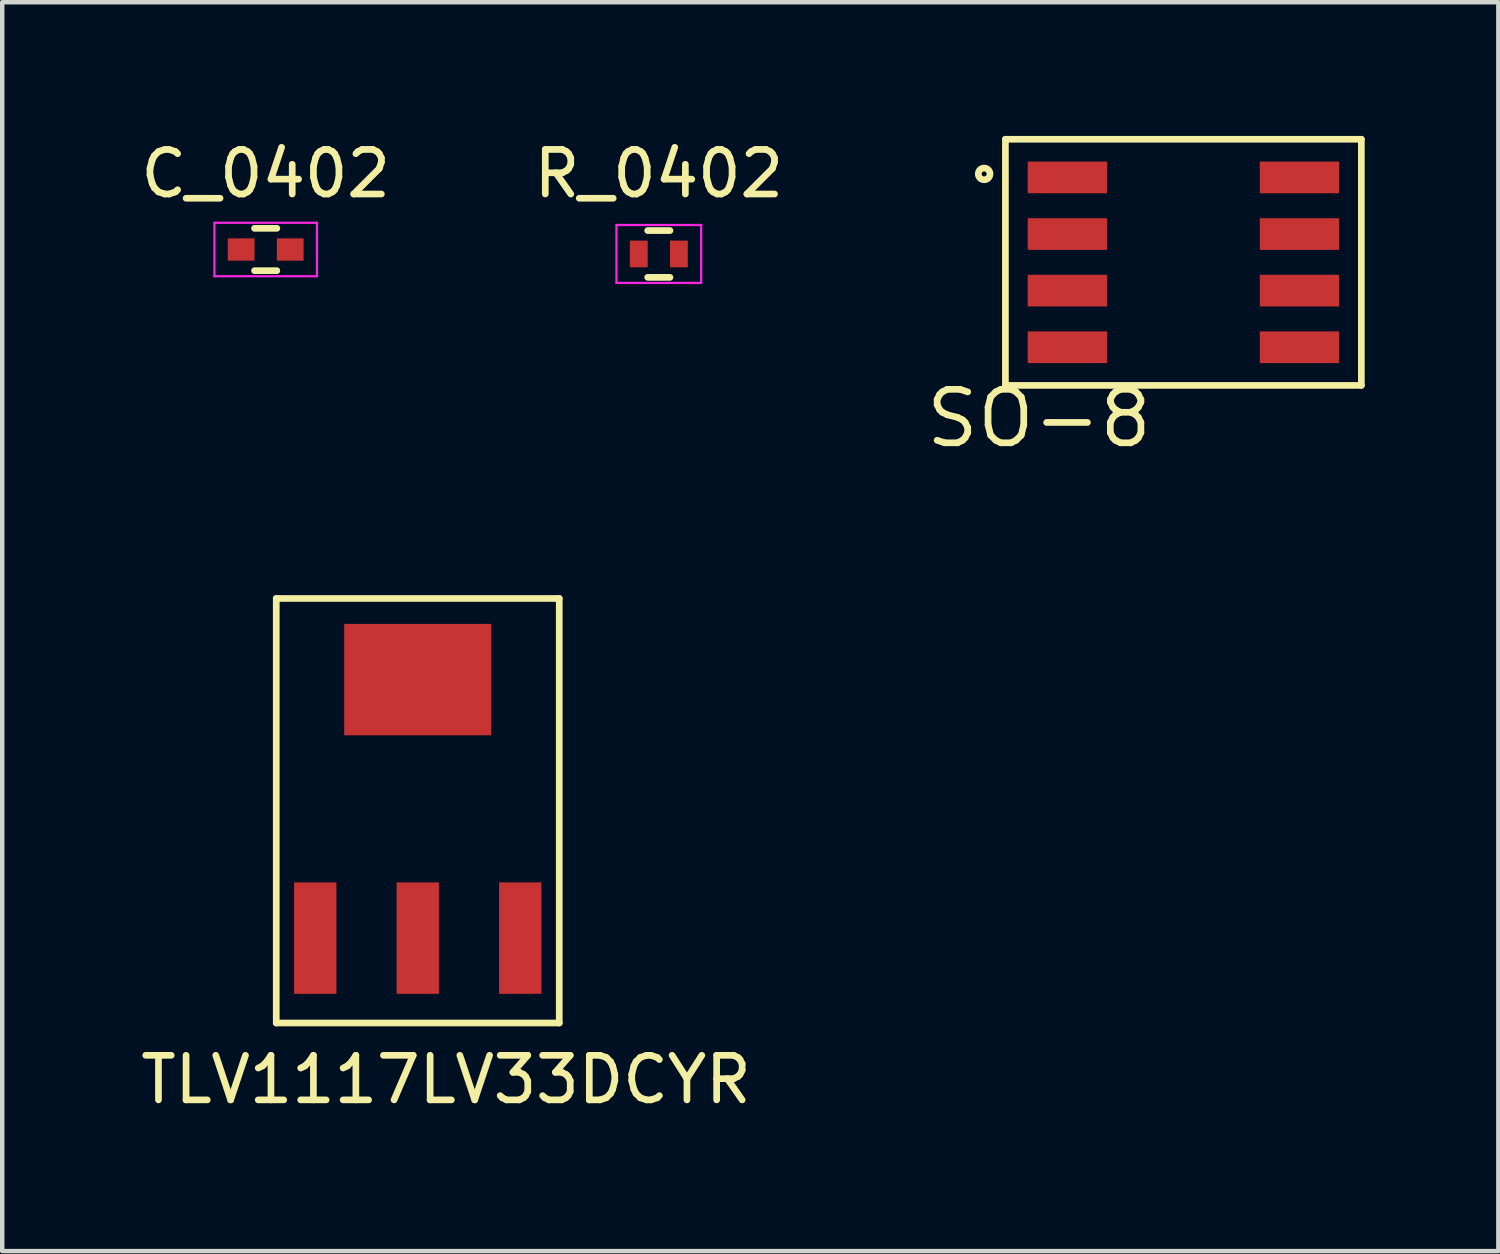
<source format=kicad_pcb>
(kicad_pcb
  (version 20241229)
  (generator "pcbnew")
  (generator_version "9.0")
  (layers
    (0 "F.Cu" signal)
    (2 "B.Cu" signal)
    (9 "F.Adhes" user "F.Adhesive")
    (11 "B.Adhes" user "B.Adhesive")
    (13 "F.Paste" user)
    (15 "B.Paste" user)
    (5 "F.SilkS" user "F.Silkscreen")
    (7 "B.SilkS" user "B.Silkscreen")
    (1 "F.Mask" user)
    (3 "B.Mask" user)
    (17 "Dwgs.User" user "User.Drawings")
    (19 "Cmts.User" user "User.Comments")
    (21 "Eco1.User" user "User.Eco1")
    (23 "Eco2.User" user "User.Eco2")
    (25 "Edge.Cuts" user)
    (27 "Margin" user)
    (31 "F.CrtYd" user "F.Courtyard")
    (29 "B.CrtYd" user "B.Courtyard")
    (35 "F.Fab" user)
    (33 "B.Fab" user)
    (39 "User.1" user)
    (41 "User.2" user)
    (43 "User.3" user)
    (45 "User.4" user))
  (footprint "SO-8"
    (layer "F.Cu")
    (at 23.501 3.036)
    (property "Reference" "SO-8" (at -3.239 3.302 0) (layer "F.SilkS") (effects (font (size 1.2 1.2) (thickness 0.15))))
    (attr through_hole)
    (fp_line (start -3.993 -2.961) (end -3.993 2.561) (stroke (width 0.15) (type solid)) (layer "F.SilkS"))
    (fp_line (start -3.993 2.561) (end 3.993 2.561) (stroke (width 0.15) (type solid)) (layer "F.SilkS"))
    (fp_line (start 3.993 -2.961) (end -3.993 -2.961) (stroke (width 0.15) (type solid)) (layer "F.SilkS"))
    (fp_line (start 3.993 2.561) (end 3.993 -2.961) (stroke (width 0.15) (type solid)) (layer "F.SilkS"))
    (fp_circle (center -4.47 -2.184) (end -4.42 -2.21) (stroke (width 0.15) (type solid)) (fill no) (layer "F.SilkS"))
    (pad "1" smd rect (at -2.603 -2.105 270) (size 0.711 1.778) (layers "F.Cu" "F.Mask" "F.Paste"))
    (pad "2" smd rect (at -2.603 -0.835 270) (size 0.711 1.778) (layers "F.Cu" "F.Mask" "F.Paste"))
    (pad "3" smd rect (at -2.603 0.435 270) (size 0.711 1.778) (layers "F.Cu" "F.Mask" "F.Paste"))
    (pad "4" smd rect (at -2.603 1.705 270) (size 0.711 1.778) (layers "F.Cu" "F.Mask" "F.Paste"))
    (pad "5" smd rect (at 2.603 1.705 270) (size 0.711 1.778) (layers "F.Cu" "F.Mask" "F.Paste"))
    (pad "6" smd rect (at 2.603 0.435 270) (size 0.711 1.778) (layers "F.Cu" "F.Mask" "F.Paste"))
    (pad "7" smd rect (at 2.603 -0.835 270) (size 0.711 1.778) (layers "F.Cu" "F.Mask" "F.Paste"))
    (pad "8" smd rect (at 2.603 -2.105 270) (size 0.711 1.778) (layers "F.Cu" "F.Mask" "F.Paste")))
  (footprint "R_0402"
    (layer "F.Cu")
    (at 11.732 2.648)
    (property "Reference" "R_0402" (at 0 -1.8 0) (layer "F.SilkS") (effects (font (size 1 1) (thickness 0.15))))
    (attr smd)
    (fp_line (start -0.25 0.525) (end 0.25 0.525) (stroke (width 0.15) (type solid)) (layer "F.SilkS"))
    (fp_line (start 0.25 -0.525) (end -0.25 -0.525) (stroke (width 0.15) (type solid)) (layer "F.SilkS"))
    (fp_line (start -0.95 -0.65) (end -0.95 0.65) (stroke (width 0.05) (type solid)) (layer "F.CrtYd"))
    (fp_line (start -0.95 -0.65) (end 0.95 -0.65) (stroke (width 0.05) (type solid)) (layer "F.CrtYd"))
    (fp_line (start -0.95 0.65) (end 0.95 0.65) (stroke (width 0.05) (type solid)) (layer "F.CrtYd"))
    (fp_line (start 0.95 -0.65) (end 0.95 0.65) (stroke (width 0.05) (type solid)) (layer "F.CrtYd"))
    (pad "1" smd rect (at -0.45 0) (size 0.4 0.6) (layers "F.Cu" "F.Mask" "F.Paste"))
    (pad "2" smd rect (at 0.45 0) (size 0.4 0.6) (layers "F.Cu" "F.Mask" "F.Paste")))
  (footprint "TLV1117LV33DCYR"
    (layer "F.Cu")
    (at 6.323 15.458)
    (property "Reference" "TLV1117LV33DCYR" (at 0.635 5.715 0) (layer "F.SilkS") (effects (font (size 1 1) (thickness 0.15))))
    (attr through_hole)
    (fp_line (start -3.175 -5.08) (end -3.175 4.445) (stroke (width 0.15) (type solid)) (layer "F.SilkS"))
    (fp_line (start -3.175 4.445) (end 3.175 4.445) (stroke (width 0.15) (type solid)) (layer "F.SilkS"))
    (fp_line (start 3.175 -5.08) (end -3.175 -5.08) (stroke (width 0.15) (type solid)) (layer "F.SilkS"))
    (fp_line (start 3.175 4.445) (end 3.175 -5.08) (stroke (width 0.15) (type solid)) (layer "F.SilkS"))
    (pad "1" smd rect (at -2.3 2.54) (size 0.95 2.5) (layers "F.Cu" "F.Mask" "F.Paste"))
    (pad "2" smd rect (at 0 2.54) (size 0.95 2.5) (layers "F.Cu" "F.Mask" "F.Paste"))
    (pad "3" smd rect (at 2.3 2.54) (size 0.95 2.5) (layers "F.Cu" "F.Mask" "F.Paste"))
    (pad "Tab" smd rect (at 0 -3.26) (size 3.3 2.5) (layers "F.Cu" "F.Mask" "F.Paste")))
  (footprint "C_0402"
    (layer "F.Cu")
    (at 2.911 2.548)
    (property "Reference" "C_0402" (at 0 -1.7 0) (layer "F.SilkS") (effects (font (size 1 1) (thickness 0.15))))
    (attr smd)
    (fp_line (start -0.25 0.475) (end 0.25 0.475) (stroke (width 0.15) (type solid)) (layer "F.SilkS"))
    (fp_line (start 0.25 -0.475) (end -0.25 -0.475) (stroke (width 0.15) (type solid)) (layer "F.SilkS"))
    (fp_line (start -1.15 -0.6) (end -1.15 0.6) (stroke (width 0.05) (type solid)) (layer "F.CrtYd"))
    (fp_line (start -1.15 -0.6) (end 1.15 -0.6) (stroke (width 0.05) (type solid)) (layer "F.CrtYd"))
    (fp_line (start -1.15 0.6) (end 1.15 0.6) (stroke (width 0.05) (type solid)) (layer "F.CrtYd"))
    (fp_line (start 1.15 -0.6) (end 1.15 0.6) (stroke (width 0.05) (type solid)) (layer "F.CrtYd"))
    (pad "1" smd rect (at -0.55 0) (size 0.6 0.5) (layers "F.Cu" "F.Mask" "F.Paste"))
    (pad "2" smd rect (at 0.55 0) (size 0.6 0.5) (layers "F.Cu" "F.Mask" "F.Paste")))
  (gr_rect
    (start -3 -3)
    (end 30.568 25.021)
    (stroke (width 0.1) (type default))
    (fill no)
    (layer "Edge.Cuts")))
</source>
